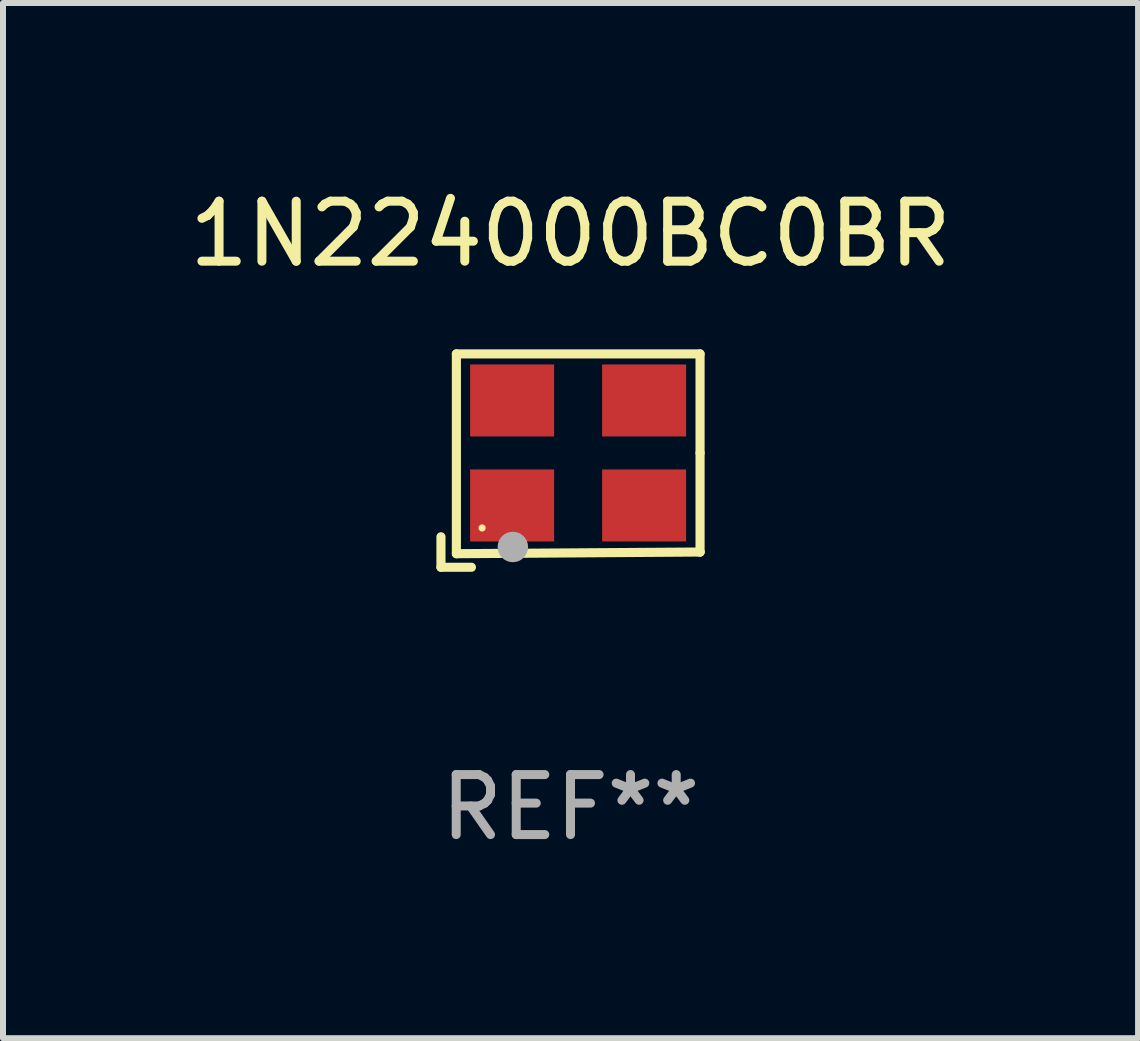
<source format=kicad_pcb>
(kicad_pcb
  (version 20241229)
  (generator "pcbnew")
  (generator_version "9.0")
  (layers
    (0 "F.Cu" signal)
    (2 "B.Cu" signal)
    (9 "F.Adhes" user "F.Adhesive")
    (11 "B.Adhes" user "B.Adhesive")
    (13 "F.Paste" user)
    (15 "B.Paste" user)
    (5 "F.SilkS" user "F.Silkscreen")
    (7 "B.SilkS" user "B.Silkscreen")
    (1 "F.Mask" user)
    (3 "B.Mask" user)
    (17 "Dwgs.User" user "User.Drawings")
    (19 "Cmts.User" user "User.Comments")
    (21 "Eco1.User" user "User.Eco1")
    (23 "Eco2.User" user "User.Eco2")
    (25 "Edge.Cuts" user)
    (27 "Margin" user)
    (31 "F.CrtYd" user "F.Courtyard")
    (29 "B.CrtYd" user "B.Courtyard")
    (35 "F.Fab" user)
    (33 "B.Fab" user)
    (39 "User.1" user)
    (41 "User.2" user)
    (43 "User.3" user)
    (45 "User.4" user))
  (footprint "1N224000BC0BR"
    (layer "F.Cu")
    (at 6.458 4.626)
    (property "Reference" "1N224000BC0BR" (at 0 -3.778 0) (layer "F.SilkS") (effects (font (size 1 1) (thickness 0.15))))
    (attr through_hole)
    (fp_line (start -2.159 1.27) (end -2.159 1.778) (stroke (width 0.152) (type solid)) (layer "F.SilkS"))
    (fp_line (start -2.159 1.778) (end -1.651 1.778) (stroke (width 0.152) (type solid)) (layer "F.SilkS"))
    (fp_line (start -1.902 -1.778) (end 2.159 -1.778) (stroke (width 0.152) (type solid)) (layer "F.SilkS"))
    (fp_line (start -1.902 1.552) (end -1.902 -1.778) (stroke (width 0.152) (type solid)) (layer "F.SilkS"))
    (fp_line (start 2.159 -1.778) (end 2.159 -0.127) (stroke (width 0.152) (type solid)) (layer "F.SilkS"))
    (fp_line (start 2.159 -0.127) (end 2.159 1.524) (stroke (width 0.152) (type solid)) (layer "F.SilkS"))
    (fp_line (start 2.159 1.524) (end -1.902 1.552) (stroke (width 0.152) (type solid)) (layer "F.SilkS"))
    (fp_line (start 2.159 1.524) (end 2.159 1.524) (stroke (width 0.152) (type solid)) (layer "F.SilkS"))
    (fp_circle (center -1.473 1.123) (end -1.443 1.123) (stroke (width 0.06) (type solid)) (fill no) (layer "F.SilkS"))
    (fp_circle (center -0.961 1.44) (end -0.834 1.44) (stroke (width 0.254) (type solid)) (fill no) (layer "F.Fab"))
    (fp_text user "REF**" (at 0 5.778 0) (layer "F.Fab") (effects (font (size 1 1) (thickness 0.15))))
    (pad "1" smd rect (at -0.973 0.748) (size 1.4 1.2) (layers "F.Cu" "F.Mask" "F.Paste"))
    (pad "2" smd rect (at 1.227 0.748) (size 1.4 1.2) (layers "F.Cu" "F.Mask" "F.Paste"))
    (pad "3" smd rect (at 1.227 -1.002) (size 1.4 1.2) (layers "F.Cu" "F.Mask" "F.Paste"))
    (pad "4" smd rect (at -0.973 -1.002) (size 1.4 1.2) (layers "F.Cu" "F.Mask" "F.Paste")))
  (gr_rect
    (start -3 -3)
    (end 15.917 14.253)
    (stroke (width 0.1) (type default))
    (fill no)
    (layer "Edge.Cuts")))
</source>
